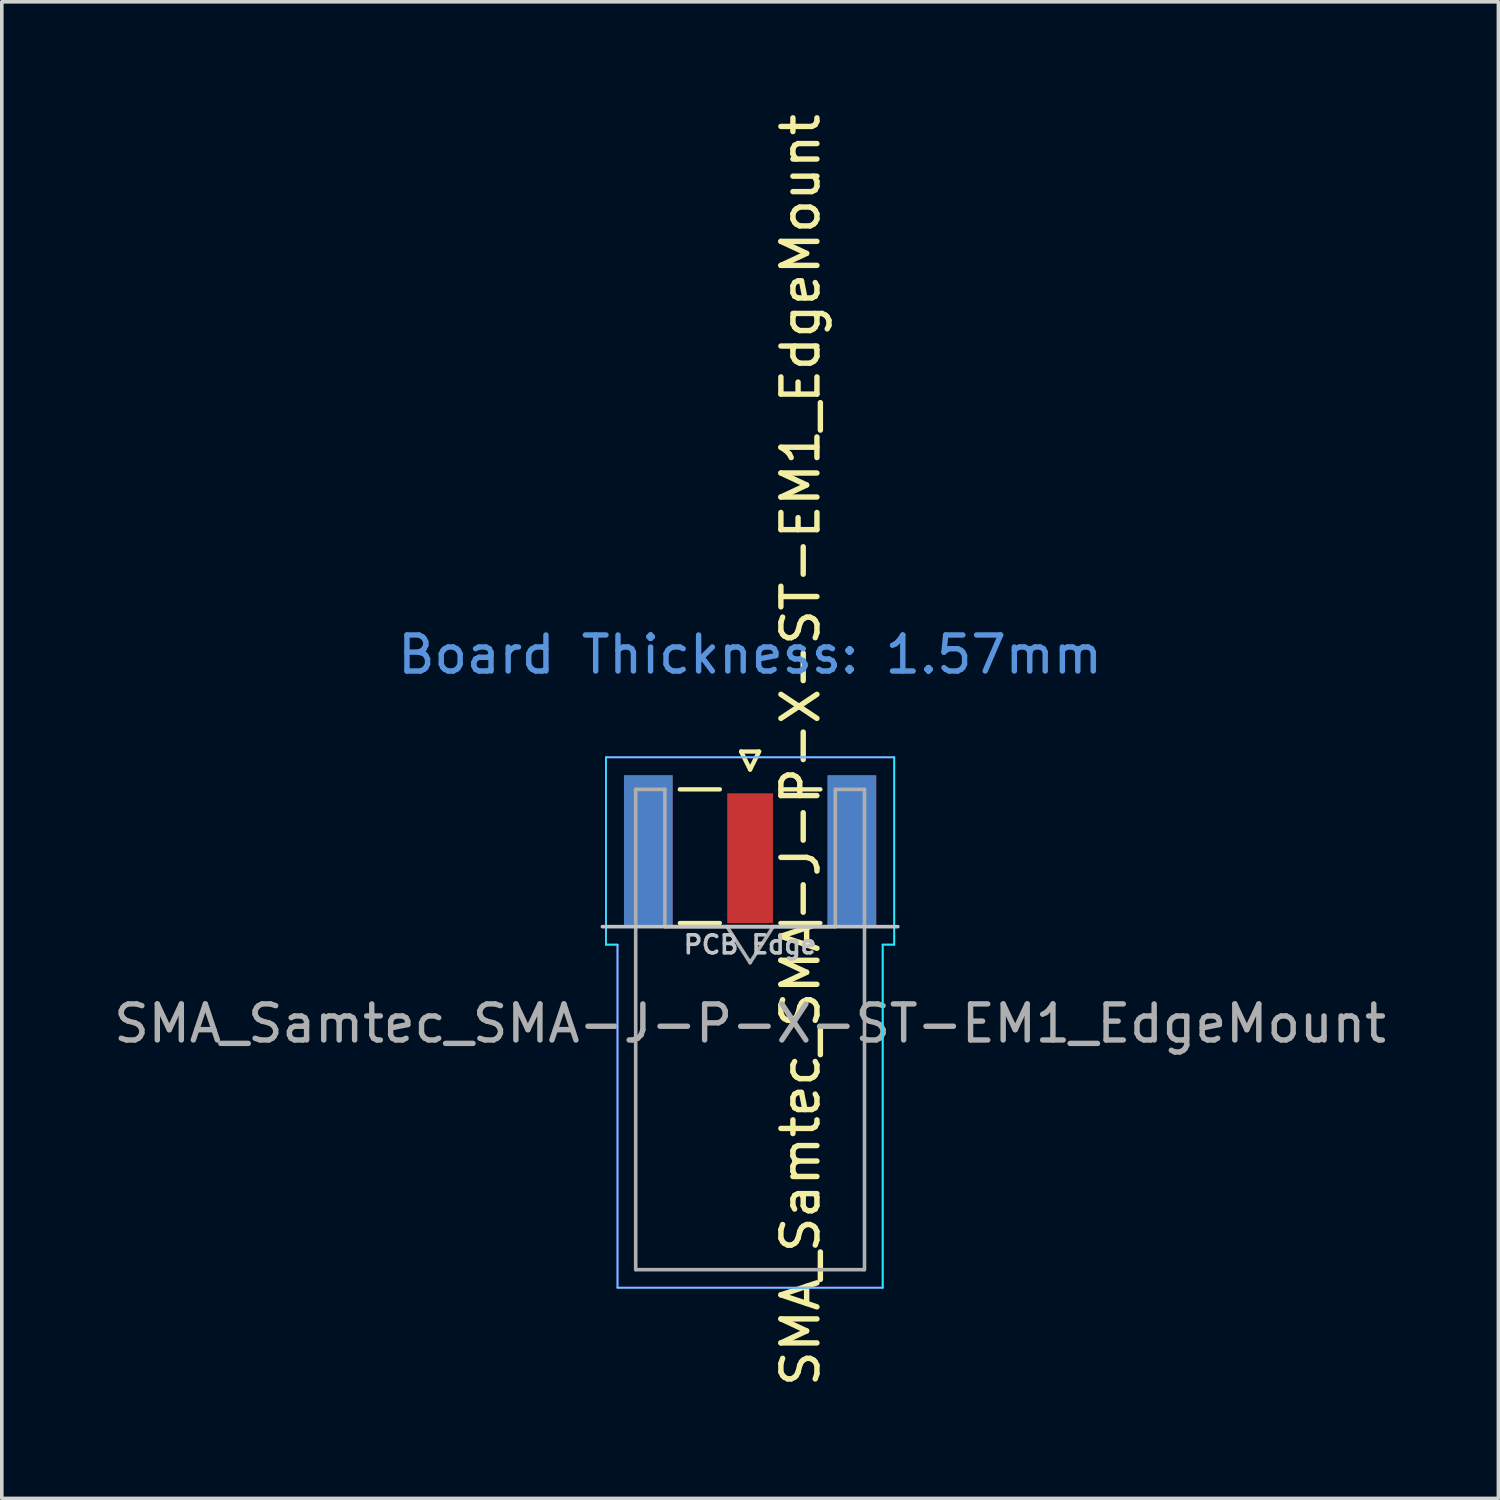
<source format=kicad_pcb>
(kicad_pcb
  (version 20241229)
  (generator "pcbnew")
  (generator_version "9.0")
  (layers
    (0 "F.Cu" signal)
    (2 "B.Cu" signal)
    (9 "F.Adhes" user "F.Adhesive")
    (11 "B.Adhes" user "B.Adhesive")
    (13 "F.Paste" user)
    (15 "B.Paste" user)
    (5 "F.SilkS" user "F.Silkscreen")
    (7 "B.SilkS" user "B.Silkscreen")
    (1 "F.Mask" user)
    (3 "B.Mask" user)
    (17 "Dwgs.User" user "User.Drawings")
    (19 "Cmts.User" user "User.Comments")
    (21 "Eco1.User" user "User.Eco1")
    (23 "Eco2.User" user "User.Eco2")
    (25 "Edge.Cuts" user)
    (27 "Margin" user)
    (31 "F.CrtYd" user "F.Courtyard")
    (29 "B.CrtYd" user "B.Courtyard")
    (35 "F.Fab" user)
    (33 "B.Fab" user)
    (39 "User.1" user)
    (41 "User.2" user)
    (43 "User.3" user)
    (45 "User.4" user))
  (footprint "SMA_Samtec_SMA-J-P-X-ST-EM1_EdgeMount"
    (layer "F.Cu")
    (at 17.768 20.568)
    (property "Reference" "SMA_Samtec_SMA-J-P-X-ST-EM1_EdgeMount" (at 1.4 -2.8 90) (layer "F.SilkS") (effects (font (size 1 1) (thickness 0.15))))
    (attr smd)
    (fp_line (start -1.95 -1.71) (end -0.84 -1.71) (stroke (width 0.12) (type solid)) (layer "F.SilkS"))
    (fp_line (start -1.95 2) (end -0.84 2) (stroke (width 0.12) (type solid)) (layer "F.SilkS"))
    (fp_line (start -0.25 -2.76) (end 0 -2.26) (stroke (width 0.12) (type solid)) (layer "F.SilkS"))
    (fp_line (start 0 -2.26) (end 0.25 -2.76) (stroke (width 0.12) (type solid)) (layer "F.SilkS"))
    (fp_line (start 0.25 -2.76) (end -0.25 -2.76) (stroke (width 0.12) (type solid)) (layer "F.SilkS"))
    (fp_line (start 0.84 -1.71) (end 1.95 -1.71) (stroke (width 0.12) (type solid)) (layer "F.SilkS"))
    (fp_line (start 0.84 2) (end 1.95 2) (stroke (width 0.12) (type solid)) (layer "F.SilkS"))
    (fp_line (start 4.1 2.1) (end -4.1 2.1) (stroke (width 0.1) (type solid)) (layer "Dwgs.User"))
    (fp_line (start -4 -2.6) (end 4 -2.6) (stroke (width 0.05) (type solid)) (layer "B.CrtYd"))
    (fp_line (start -4 2.6) (end -4 -2.6) (stroke (width 0.05) (type solid)) (layer "B.CrtYd"))
    (fp_line (start -3.68 2.6) (end -4 2.6) (stroke (width 0.05) (type solid)) (layer "B.CrtYd"))
    (fp_line (start -3.68 12.12) (end -3.68 2.6) (stroke (width 0.05) (type solid)) (layer "B.CrtYd"))
    (fp_line (start 3.68 2.6) (end 3.68 12.12) (stroke (width 0.05) (type solid)) (layer "B.CrtYd"))
    (fp_line (start 3.68 12.12) (end -3.68 12.12) (stroke (width 0.05) (type solid)) (layer "B.CrtYd"))
    (fp_line (start 4 2.6) (end 3.68 2.6) (stroke (width 0.05) (type solid)) (layer "B.CrtYd"))
    (fp_line (start 4 2.6) (end 4 -2.6) (stroke (width 0.05) (type solid)) (layer "B.CrtYd"))
    (fp_line (start -4 -2.6) (end 4 -2.6) (stroke (width 0.05) (type solid)) (layer "F.CrtYd"))
    (fp_line (start -4 2.6) (end -4 -2.6) (stroke (width 0.05) (type solid)) (layer "F.CrtYd"))
    (fp_line (start -3.68 2.6) (end -4 2.6) (stroke (width 0.05) (type solid)) (layer "F.CrtYd"))
    (fp_line (start -3.68 12.12) (end -3.68 2.6) (stroke (width 0.05) (type solid)) (layer "F.CrtYd"))
    (fp_line (start 3.68 2.6) (end 3.68 12.12) (stroke (width 0.05) (type solid)) (layer "F.CrtYd"))
    (fp_line (start 3.68 2.6) (end 4 2.6) (stroke (width 0.05) (type solid)) (layer "F.CrtYd"))
    (fp_line (start 3.68 12.12) (end -3.68 12.12) (stroke (width 0.05) (type solid)) (layer "F.CrtYd"))
    (fp_line (start 4 2.6) (end 4 -2.6) (stroke (width 0.05) (type solid)) (layer "F.CrtYd"))
    (fp_line (start -3.175 -1.71) (end -3.175 11.62) (stroke (width 0.1) (type solid)) (layer "F.Fab"))
    (fp_line (start -2.365 -1.71) (end -3.175 -1.71) (stroke (width 0.1) (type solid)) (layer "F.Fab"))
    (fp_line (start -2.365 2.1) (end -2.365 -1.71) (stroke (width 0.1) (type solid)) (layer "F.Fab"))
    (fp_line (start 0 3.1) (end -0.64 2.1) (stroke (width 0.1) (type solid)) (layer "F.Fab"))
    (fp_line (start 0.64 2.1) (end 0 3.1) (stroke (width 0.1) (type solid)) (layer "F.Fab"))
    (fp_line (start 2.365 -1.71) (end 2.365 2.1) (stroke (width 0.1) (type solid)) (layer "F.Fab"))
    (fp_line (start 2.365 2.1) (end -2.365 2.1) (stroke (width 0.1) (type solid)) (layer "F.Fab"))
    (fp_line (start 3.165 11.62) (end -3.165 11.62) (stroke (width 0.1) (type solid)) (layer "F.Fab"))
    (fp_line (start 3.175 -1.71) (end 2.365 -1.71) (stroke (width 0.1) (type solid)) (layer "F.Fab"))
    (fp_line (start 3.175 -1.71) (end 3.175 11.62) (stroke (width 0.1) (type solid)) (layer "F.Fab"))
    (fp_text user "PCB Edge" (at 0 2.6 180) (layer "Dwgs.User") (effects (font (size 0.5 0.5) (thickness 0.1))))
    (fp_text user "Board Thickness: 1.57mm" (at 0 -5.45 180) (layer "Cmts.User") (effects (font (size 1 1) (thickness 0.15))))
    (fp_text user "${REFERENCE}" (at 0 4.79 180) (layer "F.Fab") (effects (font (size 1 1) (thickness 0.15))))
    (pad "1" smd rect (at 0 0.2) (size 1.27 3.6) (layers "F.Cu" "F.Mask" "F.Paste"))
    (pad "2" smd rect (at -2.825 0) (size 1.35 4.2) (layers "F.Cu" "F.Mask" "F.Paste"))
    (pad "2" smd rect (at -2.825 0) (size 1.35 4.2) (layers "B.Cu" "B.Mask" "B.Paste"))
    (pad "2" smd rect (at 2.825 0) (size 1.35 4.2) (layers "F.Cu" "F.Mask" "F.Paste"))
    (pad "2" smd rect (at 2.825 0) (size 1.35 4.2) (layers "B.Cu" "B.Mask" "B.Paste")))
  (gr_rect
    (start -3 -3)
    (end 38.536 38.536)
    (stroke (width 0.1) (type default))
    (fill no)
    (layer "Edge.Cuts")))
</source>
